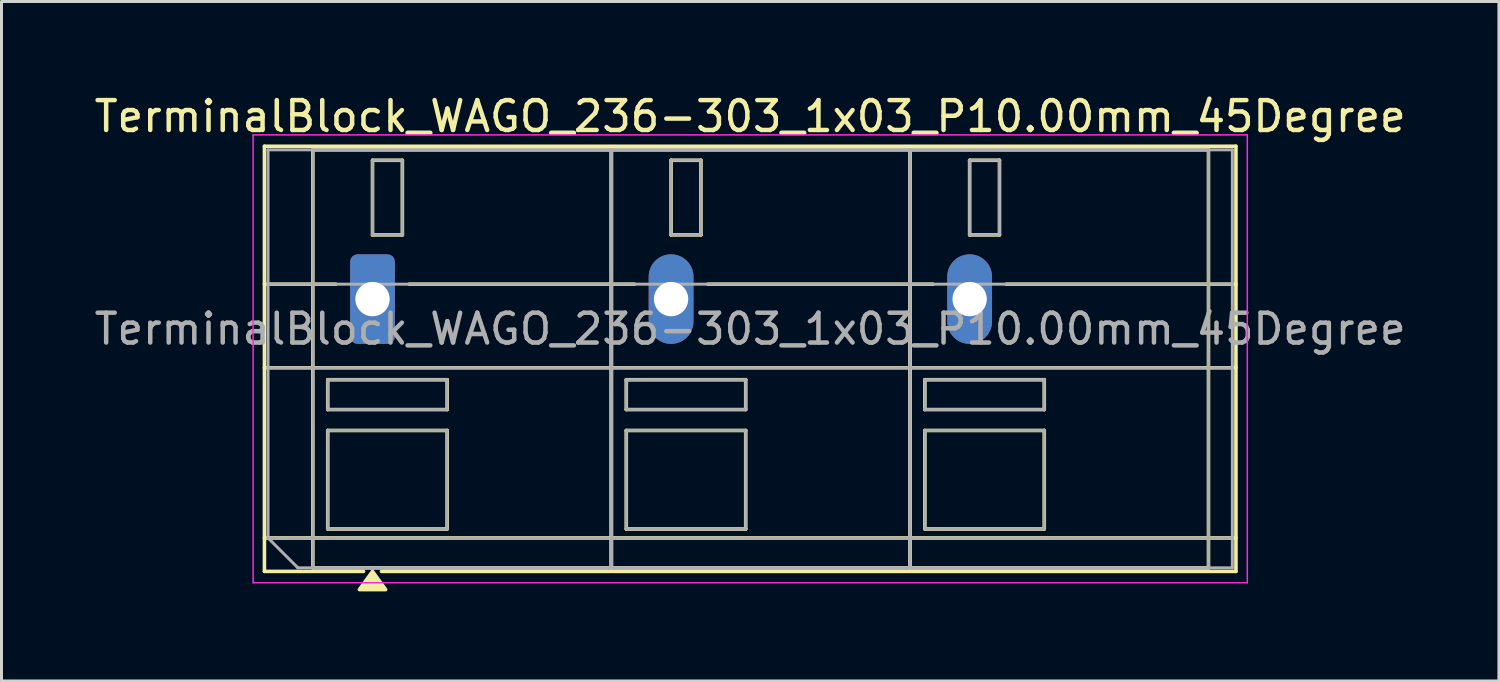
<source format=kicad_pcb>
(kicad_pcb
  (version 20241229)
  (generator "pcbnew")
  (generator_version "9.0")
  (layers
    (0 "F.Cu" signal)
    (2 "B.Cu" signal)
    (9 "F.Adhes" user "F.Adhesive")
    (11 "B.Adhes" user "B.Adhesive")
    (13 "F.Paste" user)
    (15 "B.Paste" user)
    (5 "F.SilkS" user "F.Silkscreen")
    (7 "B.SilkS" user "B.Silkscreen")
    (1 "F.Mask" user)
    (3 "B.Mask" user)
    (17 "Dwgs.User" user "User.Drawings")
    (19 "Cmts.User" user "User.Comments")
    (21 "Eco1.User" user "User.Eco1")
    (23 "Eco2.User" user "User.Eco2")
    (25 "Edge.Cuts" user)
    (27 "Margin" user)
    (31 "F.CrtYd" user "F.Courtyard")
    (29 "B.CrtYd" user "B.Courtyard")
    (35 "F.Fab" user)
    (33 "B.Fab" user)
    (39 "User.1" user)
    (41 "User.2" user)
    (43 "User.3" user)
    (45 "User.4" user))
  (footprint "TerminalBlock_WAGO_236-303_1x03_P10.00mm_45Degree"
    (layer "F.Cu")
    (at 9.427 6.968)
    (property "Reference" "TerminalBlock_WAGO_236-303_1x03_P10.00mm_45Degree" (at 12.65 -6.12 0) (layer "F.SilkS") (effects (font (size 1 1) (thickness 0.15))))
    (attr through_hole)
    (fp_line (start -3.62 -5.12) (end -3.62 9.12) (stroke (width 0.12) (type solid)) (layer "F.SilkS"))
    (fp_line (start -3.62 -5.12) (end 28.92 -5.12) (stroke (width 0.12) (type solid)) (layer "F.SilkS"))
    (fp_line (start -3.62 -0.5) (end -1.23 -0.5) (stroke (width 0.12) (type solid)) (layer "F.SilkS"))
    (fp_line (start -3.62 2.3) (end 28.92 2.3) (stroke (width 0.12) (type solid)) (layer "F.SilkS"))
    (fp_line (start -3.62 8) (end 28.92 8) (stroke (width 0.12) (type solid)) (layer "F.SilkS"))
    (fp_line (start -3.62 9.12) (end -0.3 9.12) (stroke (width 0.12) (type solid)) (layer "F.SilkS"))
    (fp_line (start -2 -5) (end -2 9) (stroke (width 0.12) (type solid)) (layer "F.SilkS"))
    (fp_line (start -2 -5) (end 8 -5) (stroke (width 0.12) (type solid)) (layer "F.SilkS"))
    (fp_line (start -2 9) (end 8 9) (stroke (width 0.12) (type solid)) (layer "F.SilkS"))
    (fp_line (start -1.5 2.7) (end -1.5 3.7) (stroke (width 0.12) (type solid)) (layer "F.SilkS"))
    (fp_line (start -1.5 2.7) (end 2.5 2.7) (stroke (width 0.12) (type solid)) (layer "F.SilkS"))
    (fp_line (start -1.5 3.7) (end 2.5 3.7) (stroke (width 0.12) (type solid)) (layer "F.SilkS"))
    (fp_line (start -1.5 4.4) (end -1.5 7.7) (stroke (width 0.12) (type solid)) (layer "F.SilkS"))
    (fp_line (start -1.5 4.4) (end 2.5 4.4) (stroke (width 0.12) (type solid)) (layer "F.SilkS"))
    (fp_line (start -1.5 7.7) (end 2.5 7.7) (stroke (width 0.12) (type solid)) (layer "F.SilkS"))
    (fp_line (start 0 -4.65) (end 0 -2.15) (stroke (width 0.12) (type solid)) (layer "F.SilkS"))
    (fp_line (start 0 -4.65) (end 1 -4.65) (stroke (width 0.12) (type solid)) (layer "F.SilkS"))
    (fp_line (start 0 -2.15) (end 1 -2.15) (stroke (width 0.12) (type solid)) (layer "F.SilkS"))
    (fp_line (start 0.3 9.12) (end 28.92 9.12) (stroke (width 0.12) (type solid)) (layer "F.SilkS"))
    (fp_line (start 1 -4.65) (end 1 -2.15) (stroke (width 0.12) (type solid)) (layer "F.SilkS"))
    (fp_line (start 1.23 -0.5) (end 8.77 -0.5) (stroke (width 0.12) (type solid)) (layer "F.SilkS"))
    (fp_line (start 2.5 2.7) (end 2.5 3.7) (stroke (width 0.12) (type solid)) (layer "F.SilkS"))
    (fp_line (start 2.5 4.4) (end 2.5 7.7) (stroke (width 0.12) (type solid)) (layer "F.SilkS"))
    (fp_line (start 8 -5) (end 8 9) (stroke (width 0.12) (type solid)) (layer "F.SilkS"))
    (fp_line (start 8 -5) (end 8 9) (stroke (width 0.12) (type solid)) (layer "F.SilkS"))
    (fp_line (start 8 -5) (end 18 -5) (stroke (width 0.12) (type solid)) (layer "F.SilkS"))
    (fp_line (start 8 9) (end 18 9) (stroke (width 0.12) (type solid)) (layer "F.SilkS"))
    (fp_line (start 8.5 2.7) (end 8.5 3.7) (stroke (width 0.12) (type solid)) (layer "F.SilkS"))
    (fp_line (start 8.5 2.7) (end 12.5 2.7) (stroke (width 0.12) (type solid)) (layer "F.SilkS"))
    (fp_line (start 8.5 3.7) (end 12.5 3.7) (stroke (width 0.12) (type solid)) (layer "F.SilkS"))
    (fp_line (start 8.5 4.4) (end 8.5 7.7) (stroke (width 0.12) (type solid)) (layer "F.SilkS"))
    (fp_line (start 8.5 4.4) (end 12.5 4.4) (stroke (width 0.12) (type solid)) (layer "F.SilkS"))
    (fp_line (start 8.5 7.7) (end 12.5 7.7) (stroke (width 0.12) (type solid)) (layer "F.SilkS"))
    (fp_line (start 10 -4.65) (end 10 -2.15) (stroke (width 0.12) (type solid)) (layer "F.SilkS"))
    (fp_line (start 10 -4.65) (end 11 -4.65) (stroke (width 0.12) (type solid)) (layer "F.SilkS"))
    (fp_line (start 10 -2.15) (end 11 -2.15) (stroke (width 0.12) (type solid)) (layer "F.SilkS"))
    (fp_line (start 11 -4.65) (end 11 -2.15) (stroke (width 0.12) (type solid)) (layer "F.SilkS"))
    (fp_line (start 11.23 -0.5) (end 18.77 -0.5) (stroke (width 0.12) (type solid)) (layer "F.SilkS"))
    (fp_line (start 12.5 2.7) (end 12.5 3.7) (stroke (width 0.12) (type solid)) (layer "F.SilkS"))
    (fp_line (start 12.5 4.4) (end 12.5 7.7) (stroke (width 0.12) (type solid)) (layer "F.SilkS"))
    (fp_line (start 18 -5) (end 18 9) (stroke (width 0.12) (type solid)) (layer "F.SilkS"))
    (fp_line (start 18 -5) (end 18 9) (stroke (width 0.12) (type solid)) (layer "F.SilkS"))
    (fp_line (start 18 -5) (end 28 -5) (stroke (width 0.12) (type solid)) (layer "F.SilkS"))
    (fp_line (start 18 9) (end 28 9) (stroke (width 0.12) (type solid)) (layer "F.SilkS"))
    (fp_line (start 18.5 2.7) (end 18.5 3.7) (stroke (width 0.12) (type solid)) (layer "F.SilkS"))
    (fp_line (start 18.5 2.7) (end 22.5 2.7) (stroke (width 0.12) (type solid)) (layer "F.SilkS"))
    (fp_line (start 18.5 3.7) (end 22.5 3.7) (stroke (width 0.12) (type solid)) (layer "F.SilkS"))
    (fp_line (start 18.5 4.4) (end 18.5 7.7) (stroke (width 0.12) (type solid)) (layer "F.SilkS"))
    (fp_line (start 18.5 4.4) (end 22.5 4.4) (stroke (width 0.12) (type solid)) (layer "F.SilkS"))
    (fp_line (start 18.5 7.7) (end 22.5 7.7) (stroke (width 0.12) (type solid)) (layer "F.SilkS"))
    (fp_line (start 20 -4.65) (end 20 -2.15) (stroke (width 0.12) (type solid)) (layer "F.SilkS"))
    (fp_line (start 20 -4.65) (end 21 -4.65) (stroke (width 0.12) (type solid)) (layer "F.SilkS"))
    (fp_line (start 20 -2.15) (end 21 -2.15) (stroke (width 0.12) (type solid)) (layer "F.SilkS"))
    (fp_line (start 21 -4.65) (end 21 -2.15) (stroke (width 0.12) (type solid)) (layer "F.SilkS"))
    (fp_line (start 21.23 -0.5) (end 28.92 -0.5) (stroke (width 0.12) (type solid)) (layer "F.SilkS"))
    (fp_line (start 22.5 2.7) (end 22.5 3.7) (stroke (width 0.12) (type solid)) (layer "F.SilkS"))
    (fp_line (start 22.5 4.4) (end 22.5 7.7) (stroke (width 0.12) (type solid)) (layer "F.SilkS"))
    (fp_line (start 28 -5) (end 28 9) (stroke (width 0.12) (type solid)) (layer "F.SilkS"))
    (fp_line (start 28.92 -5.12) (end 28.92 9.12) (stroke (width 0.12) (type solid)) (layer "F.SilkS"))
    (fp_poly (pts (xy 0 9.12) (xy 0.44 9.73) (xy -0.44 9.73)) (stroke (width 0.12) (type solid)) (fill yes) (layer "F.SilkS"))
    (fp_line (start -4 -5.5) (end -4 9.5) (stroke (width 0.05) (type solid)) (layer "F.CrtYd"))
    (fp_line (start -4 9.5) (end 29.3 9.5) (stroke (width 0.05) (type solid)) (layer "F.CrtYd"))
    (fp_line (start 29.3 -5.5) (end -4 -5.5) (stroke (width 0.05) (type solid)) (layer "F.CrtYd"))
    (fp_line (start 29.3 9.5) (end 29.3 -5.5) (stroke (width 0.05) (type solid)) (layer "F.CrtYd"))
    (fp_line (start -3.5 -5) (end 28.8 -5) (stroke (width 0.1) (type solid)) (layer "F.Fab"))
    (fp_line (start -3.5 -0.5) (end 28.8 -0.5) (stroke (width 0.1) (type solid)) (layer "F.Fab"))
    (fp_line (start -3.5 2.3) (end 28.8 2.3) (stroke (width 0.1) (type solid)) (layer "F.Fab"))
    (fp_line (start -3.5 8) (end -3.5 -5) (stroke (width 0.1) (type solid)) (layer "F.Fab"))
    (fp_line (start -3.5 8) (end 28.8 8) (stroke (width 0.1) (type solid)) (layer "F.Fab"))
    (fp_line (start -2.5 9) (end -3.5 8) (stroke (width 0.1) (type solid)) (layer "F.Fab"))
    (fp_line (start -2 -5) (end -2 9) (stroke (width 0.1) (type solid)) (layer "F.Fab"))
    (fp_line (start -2 9) (end 8 9) (stroke (width 0.1) (type solid)) (layer "F.Fab"))
    (fp_line (start -1.5 2.7) (end -1.5 3.7) (stroke (width 0.1) (type solid)) (layer "F.Fab"))
    (fp_line (start -1.5 3.7) (end 2.5 3.7) (stroke (width 0.1) (type solid)) (layer "F.Fab"))
    (fp_line (start -1.5 4.4) (end -1.5 7.7) (stroke (width 0.1) (type solid)) (layer "F.Fab"))
    (fp_line (start -1.5 7.7) (end 2.5 7.7) (stroke (width 0.1) (type solid)) (layer "F.Fab"))
    (fp_line (start 0 -4.65) (end 0 -2.15) (stroke (width 0.1) (type solid)) (layer "F.Fab"))
    (fp_line (start 0 -2.15) (end 1 -2.15) (stroke (width 0.1) (type solid)) (layer "F.Fab"))
    (fp_line (start 1 -4.65) (end 0 -4.65) (stroke (width 0.1) (type solid)) (layer "F.Fab"))
    (fp_line (start 1 -2.15) (end 1 -4.65) (stroke (width 0.1) (type solid)) (layer "F.Fab"))
    (fp_line (start 2.5 2.7) (end -1.5 2.7) (stroke (width 0.1) (type solid)) (layer "F.Fab"))
    (fp_line (start 2.5 3.7) (end 2.5 2.7) (stroke (width 0.1) (type solid)) (layer "F.Fab"))
    (fp_line (start 2.5 4.4) (end -1.5 4.4) (stroke (width 0.1) (type solid)) (layer "F.Fab"))
    (fp_line (start 2.5 7.7) (end 2.5 4.4) (stroke (width 0.1) (type solid)) (layer "F.Fab"))
    (fp_line (start 8 -5) (end -2 -5) (stroke (width 0.1) (type solid)) (layer "F.Fab"))
    (fp_line (start 8 -5) (end 8 9) (stroke (width 0.1) (type solid)) (layer "F.Fab"))
    (fp_line (start 8 9) (end 8 -5) (stroke (width 0.1) (type solid)) (layer "F.Fab"))
    (fp_line (start 8 9) (end 18 9) (stroke (width 0.1) (type solid)) (layer "F.Fab"))
    (fp_line (start 8.5 2.7) (end 8.5 3.7) (stroke (width 0.1) (type solid)) (layer "F.Fab"))
    (fp_line (start 8.5 3.7) (end 12.5 3.7) (stroke (width 0.1) (type solid)) (layer "F.Fab"))
    (fp_line (start 8.5 4.4) (end 8.5 7.7) (stroke (width 0.1) (type solid)) (layer "F.Fab"))
    (fp_line (start 8.5 7.7) (end 12.5 7.7) (stroke (width 0.1) (type solid)) (layer "F.Fab"))
    (fp_line (start 10 -4.65) (end 10 -2.15) (stroke (width 0.1) (type solid)) (layer "F.Fab"))
    (fp_line (start 10 -2.15) (end 11 -2.15) (stroke (width 0.1) (type solid)) (layer "F.Fab"))
    (fp_line (start 11 -4.65) (end 10 -4.65) (stroke (width 0.1) (type solid)) (layer "F.Fab"))
    (fp_line (start 11 -2.15) (end 11 -4.65) (stroke (width 0.1) (type solid)) (layer "F.Fab"))
    (fp_line (start 12.5 2.7) (end 8.5 2.7) (stroke (width 0.1) (type solid)) (layer "F.Fab"))
    (fp_line (start 12.5 3.7) (end 12.5 2.7) (stroke (width 0.1) (type solid)) (layer "F.Fab"))
    (fp_line (start 12.5 4.4) (end 8.5 4.4) (stroke (width 0.1) (type solid)) (layer "F.Fab"))
    (fp_line (start 12.5 7.7) (end 12.5 4.4) (stroke (width 0.1) (type solid)) (layer "F.Fab"))
    (fp_line (start 18 -5) (end 8 -5) (stroke (width 0.1) (type solid)) (layer "F.Fab"))
    (fp_line (start 18 -5) (end 18 9) (stroke (width 0.1) (type solid)) (layer "F.Fab"))
    (fp_line (start 18 9) (end 18 -5) (stroke (width 0.1) (type solid)) (layer "F.Fab"))
    (fp_line (start 18 9) (end 28 9) (stroke (width 0.1) (type solid)) (layer "F.Fab"))
    (fp_line (start 18.5 2.7) (end 18.5 3.7) (stroke (width 0.1) (type solid)) (layer "F.Fab"))
    (fp_line (start 18.5 3.7) (end 22.5 3.7) (stroke (width 0.1) (type solid)) (layer "F.Fab"))
    (fp_line (start 18.5 4.4) (end 18.5 7.7) (stroke (width 0.1) (type solid)) (layer "F.Fab"))
    (fp_line (start 18.5 7.7) (end 22.5 7.7) (stroke (width 0.1) (type solid)) (layer "F.Fab"))
    (fp_line (start 20 -4.65) (end 20 -2.15) (stroke (width 0.1) (type solid)) (layer "F.Fab"))
    (fp_line (start 20 -2.15) (end 21 -2.15) (stroke (width 0.1) (type solid)) (layer "F.Fab"))
    (fp_line (start 21 -4.65) (end 20 -4.65) (stroke (width 0.1) (type solid)) (layer "F.Fab"))
    (fp_line (start 21 -2.15) (end 21 -4.65) (stroke (width 0.1) (type solid)) (layer "F.Fab"))
    (fp_line (start 22.5 2.7) (end 18.5 2.7) (stroke (width 0.1) (type solid)) (layer "F.Fab"))
    (fp_line (start 22.5 3.7) (end 22.5 2.7) (stroke (width 0.1) (type solid)) (layer "F.Fab"))
    (fp_line (start 22.5 4.4) (end 18.5 4.4) (stroke (width 0.1) (type solid)) (layer "F.Fab"))
    (fp_line (start 22.5 7.7) (end 22.5 4.4) (stroke (width 0.1) (type solid)) (layer "F.Fab"))
    (fp_line (start 28 -5) (end 18 -5) (stroke (width 0.1) (type solid)) (layer "F.Fab"))
    (fp_line (start 28 9) (end 28 -5) (stroke (width 0.1) (type solid)) (layer "F.Fab"))
    (fp_line (start 28.8 -5) (end 28.8 9) (stroke (width 0.1) (type solid)) (layer "F.Fab"))
    (fp_line (start 28.8 9) (end -2.5 9) (stroke (width 0.1) (type solid)) (layer "F.Fab"))
    (fp_text user "${REFERENCE}" (at 12.65 1 0) (layer "F.Fab") (effects (font (size 1 1) (thickness 0.15))))
    (pad "1" thru_hole roundrect (at 0 0) (size 1.5 3) (drill 1.15) (layers "*.Cu" "*.Mask") (roundrect_rratio 0.167))
    (pad "2" thru_hole oval (at 10 0) (size 1.5 3) (drill 1.15) (layers "*.Cu" "*.Mask"))
    (pad "3" thru_hole oval (at 20 0) (size 1.5 3) (drill 1.15) (layers "*.Cu" "*.Mask")))
  (gr_rect
    (start -3 -3)
    (end 47.155 19.758)
    (stroke (width 0.1) (type default))
    (fill no)
    (layer "Edge.Cuts")))
</source>
